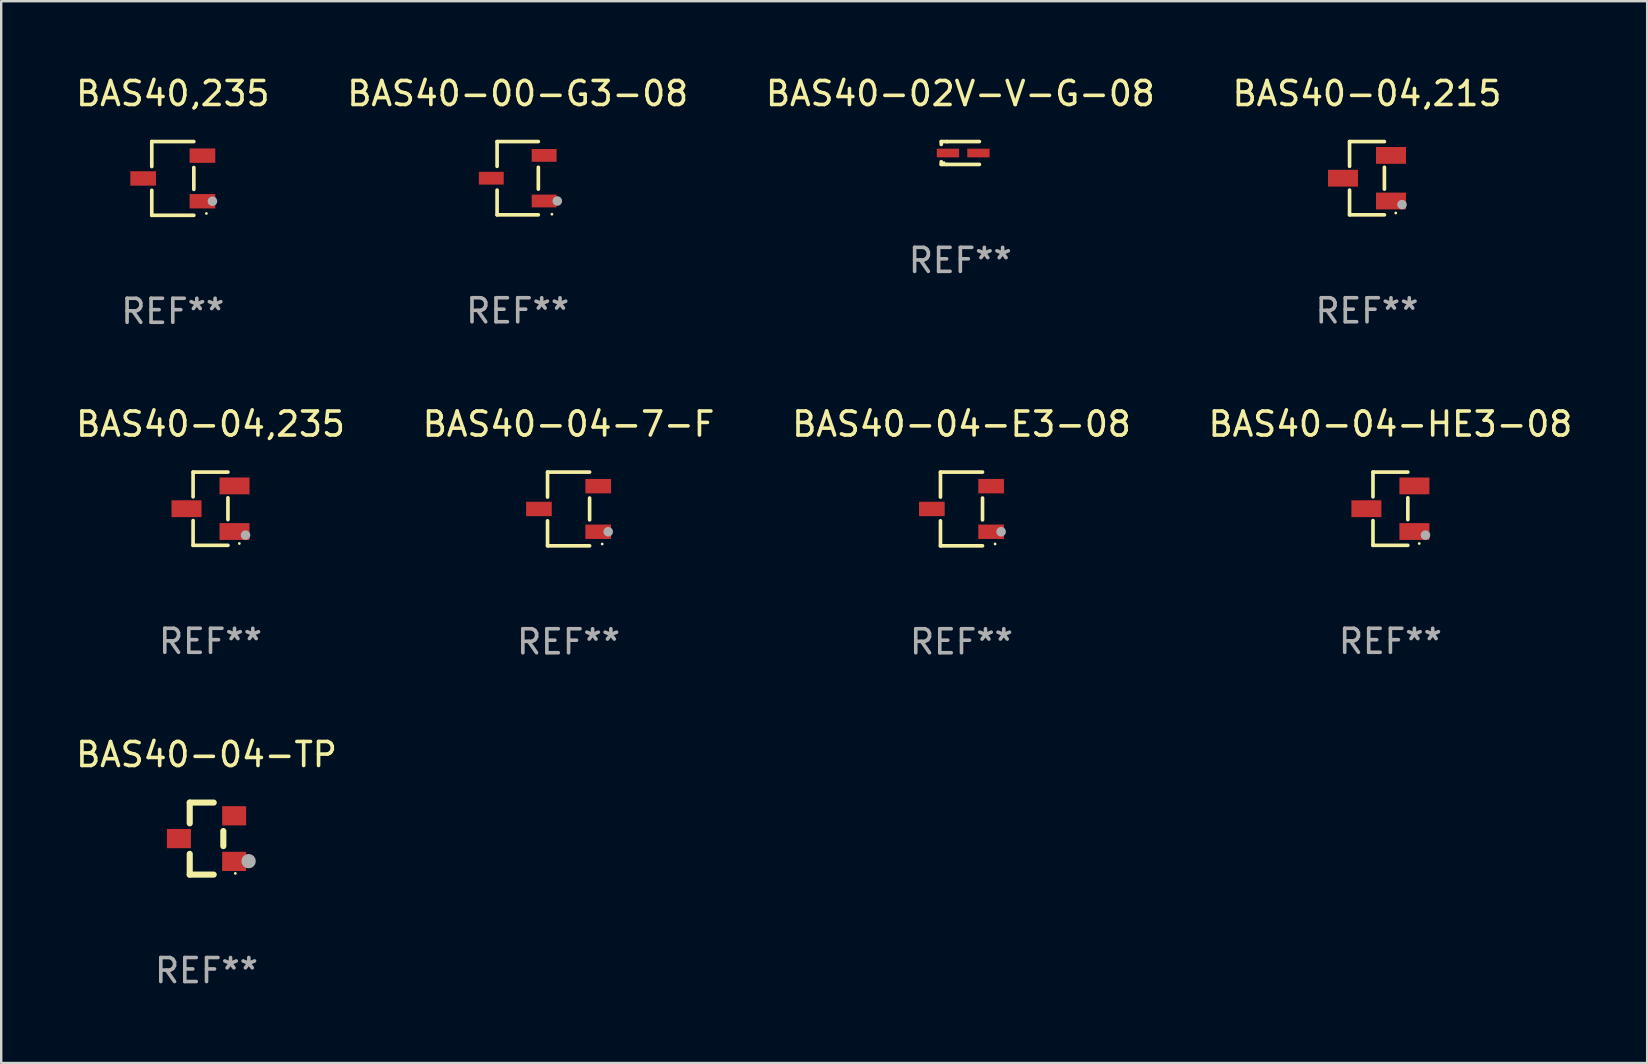
<source format=kicad_pcb>
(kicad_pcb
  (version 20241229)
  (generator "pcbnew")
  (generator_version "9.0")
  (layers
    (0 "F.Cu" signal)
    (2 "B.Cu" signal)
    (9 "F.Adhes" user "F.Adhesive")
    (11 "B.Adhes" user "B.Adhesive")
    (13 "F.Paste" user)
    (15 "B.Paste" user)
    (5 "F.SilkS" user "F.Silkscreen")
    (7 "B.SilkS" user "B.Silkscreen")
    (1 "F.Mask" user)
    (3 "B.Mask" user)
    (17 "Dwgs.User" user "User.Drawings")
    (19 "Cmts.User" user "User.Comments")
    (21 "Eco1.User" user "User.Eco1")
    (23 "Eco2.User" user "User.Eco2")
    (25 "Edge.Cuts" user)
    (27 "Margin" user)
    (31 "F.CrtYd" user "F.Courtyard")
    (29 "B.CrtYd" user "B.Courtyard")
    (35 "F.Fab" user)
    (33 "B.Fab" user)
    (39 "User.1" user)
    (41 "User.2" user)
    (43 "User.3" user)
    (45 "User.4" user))
  (footprint "BAS40,235"
    (layer "F.Cu")
    (at 4.149 4.384)
    (property "Reference" "BAS40,235" (at 0 -3.536 0) (layer "F.SilkS") (effects (font (size 1 1) (thickness 0.15))))
    (attr through_hole)
    (fp_line (start -0.876 -1.536) (end -0.876 -0.495) (stroke (width 0.152) (type solid)) (layer "F.SilkS"))
    (fp_line (start -0.876 1.536) (end -0.876 0.495) (stroke (width 0.152) (type solid)) (layer "F.SilkS"))
    (fp_line (start 0.876 -1.536) (end -0.876 -1.536) (stroke (width 0.152) (type solid)) (layer "F.SilkS"))
    (fp_line (start 0.876 -0.455) (end 0.876 0.455) (stroke (width 0.152) (type solid)) (layer "F.SilkS"))
    (fp_line (start 0.876 1.536) (end -0.876 1.536) (stroke (width 0.152) (type solid)) (layer "F.SilkS"))
    (fp_circle (center 1.4 1.46) (end 1.43 1.46) (stroke (width 0.06) (type solid)) (fill no) (layer "F.SilkS"))
    (fp_circle (center 1.651 0.95) (end 1.751 0.95) (stroke (width 0.2) (type solid)) (fill no) (layer "F.Fab"))
    (fp_text user "REF**" (at 0 5.536 0) (layer "F.Fab") (effects (font (size 1 1) (thickness 0.15))))
    (pad "1" smd rect (at 1.235 0.95) (size 1.07 0.6) (layers "F.Cu" "F.Mask" "F.Paste"))
    (pad "2" smd rect (at 1.235 -0.95) (size 1.07 0.6) (layers "F.Cu" "F.Mask" "F.Paste"))
    (pad "3" smd rect (at -1.235 0) (size 1.07 0.6) (layers "F.Cu" "F.Mask" "F.Paste")))
  (footprint "BAS40-04-E3-08"
    (layer "F.Cu")
    (at 37.006 18.153)
    (property "Reference" "BAS40-04-E3-08" (at 0 -3.536 0) (layer "F.SilkS") (effects (font (size 1 1) (thickness 0.15))))
    (attr through_hole)
    (fp_line (start -0.876 -1.536) (end -0.876 -0.495) (stroke (width 0.152) (type solid)) (layer "F.SilkS"))
    (fp_line (start -0.876 1.536) (end -0.876 0.495) (stroke (width 0.152) (type solid)) (layer "F.SilkS"))
    (fp_line (start 0.876 -1.536) (end -0.876 -1.536) (stroke (width 0.152) (type solid)) (layer "F.SilkS"))
    (fp_line (start 0.876 -0.455) (end 0.876 0.455) (stroke (width 0.152) (type solid)) (layer "F.SilkS"))
    (fp_line (start 0.876 1.536) (end -0.876 1.536) (stroke (width 0.152) (type solid)) (layer "F.SilkS"))
    (fp_circle (center 1.4 1.46) (end 1.43 1.46) (stroke (width 0.06) (type solid)) (fill no) (layer "F.SilkS"))
    (fp_circle (center 1.651 0.95) (end 1.751 0.95) (stroke (width 0.2) (type solid)) (fill no) (layer "F.Fab"))
    (fp_text user "REF**" (at 0 5.536 0) (layer "F.Fab") (effects (font (size 1 1) (thickness 0.15))))
    (pad "1" smd rect (at 1.235 0.95) (size 1.07 0.6) (layers "F.Cu" "F.Mask" "F.Paste"))
    (pad "2" smd rect (at 1.235 -0.95) (size 1.07 0.6) (layers "F.Cu" "F.Mask" "F.Paste"))
    (pad "3" smd rect (at -1.235 0) (size 1.07 0.6) (layers "F.Cu" "F.Mask" "F.Paste")))
  (footprint "BAS40-04,215"
    (layer "F.Cu")
    (at 53.899 4.374)
    (property "Reference" "BAS40-04,215" (at 0 -3.526 0) (layer "F.SilkS") (effects (font (size 1 1) (thickness 0.15))))
    (attr through_hole)
    (fp_line (start -0.726 -1.526) (end -0.726 -0.495) (stroke (width 0.152) (type solid)) (layer "F.SilkS"))
    (fp_line (start -0.726 1.526) (end -0.726 0.495) (stroke (width 0.152) (type solid)) (layer "F.SilkS"))
    (fp_line (start 0.726 -1.526) (end -0.726 -1.526) (stroke (width 0.152) (type solid)) (layer "F.SilkS"))
    (fp_line (start 0.726 -0.455) (end 0.726 0.455) (stroke (width 0.152) (type solid)) (layer "F.SilkS"))
    (fp_line (start 0.726 1.526) (end -0.726 1.526) (stroke (width 0.152) (type solid)) (layer "F.SilkS"))
    (fp_circle (center 1.2 1.45) (end 1.23 1.45) (stroke (width 0.06) (type solid)) (fill no) (layer "F.SilkS"))
    (fp_circle (center 1.46 1.1) (end 1.56 1.1) (stroke (width 0.2) (type solid)) (fill no) (layer "F.Fab"))
    (fp_text user "REF**" (at 0 5.526 0) (layer "F.Fab") (effects (font (size 1 1) (thickness 0.15))))
    (pad "1" smd rect (at 1 0.95) (size 1.25 0.7) (layers "F.Cu" "F.Mask" "F.Paste"))
    (pad "2" smd rect (at 1 -0.95) (size 1.25 0.7) (layers "F.Cu" "F.Mask" "F.Paste"))
    (pad "3" smd rect (at -1 0) (size 1.25 0.7) (layers "F.Cu" "F.Mask" "F.Paste")))
  (footprint "BAS40-04,235"
    (layer "F.Cu")
    (at 5.72 18.143)
    (property "Reference" "BAS40-04,235" (at 0 -3.526 0) (layer "F.SilkS") (effects (font (size 1 1) (thickness 0.15))))
    (attr through_hole)
    (fp_line (start -0.726 -1.526) (end -0.726 -0.495) (stroke (width 0.152) (type solid)) (layer "F.SilkS"))
    (fp_line (start -0.726 1.526) (end -0.726 0.495) (stroke (width 0.152) (type solid)) (layer "F.SilkS"))
    (fp_line (start 0.726 -1.526) (end -0.726 -1.526) (stroke (width 0.152) (type solid)) (layer "F.SilkS"))
    (fp_line (start 0.726 -0.455) (end 0.726 0.455) (stroke (width 0.152) (type solid)) (layer "F.SilkS"))
    (fp_line (start 0.726 1.526) (end -0.726 1.526) (stroke (width 0.152) (type solid)) (layer "F.SilkS"))
    (fp_circle (center 1.2 1.45) (end 1.23 1.45) (stroke (width 0.06) (type solid)) (fill no) (layer "F.SilkS"))
    (fp_circle (center 1.46 1.1) (end 1.56 1.1) (stroke (width 0.2) (type solid)) (fill no) (layer "F.Fab"))
    (fp_text user "REF**" (at 0 5.526 0) (layer "F.Fab") (effects (font (size 1 1) (thickness 0.15))))
    (pad "1" smd rect (at 1 0.95) (size 1.25 0.7) (layers "F.Cu" "F.Mask" "F.Paste"))
    (pad "2" smd rect (at 1 -0.95) (size 1.25 0.7) (layers "F.Cu" "F.Mask" "F.Paste"))
    (pad "3" smd rect (at -1 0) (size 1.25 0.7) (layers "F.Cu" "F.Mask" "F.Paste")))
  (footprint "BAS40-04-TP"
    (layer "F.Cu")
    (at 5.554 31.886)
    (property "Reference" "BAS40-04-TP" (at 0 -3.5 0) (layer "F.SilkS") (effects (font (size 1 1) (thickness 0.15))))
    (attr through_hole)
    (fp_line (start -0.7 -1.5) (end 0.3 -1.5) (stroke (width 0.254) (type solid)) (layer "F.SilkS"))
    (fp_line (start -0.7 -0.636) (end -0.7 -1.5) (stroke (width 0.254) (type solid)) (layer "F.SilkS"))
    (fp_line (start -0.7 1.5) (end -0.7 0.636) (stroke (width 0.254) (type solid)) (layer "F.SilkS"))
    (fp_line (start -0.7 1.5) (end 0.3 1.5) (stroke (width 0.254) (type solid)) (layer "F.SilkS"))
    (fp_line (start 0.7 0.314) (end 0.7 -0.314) (stroke (width 0.254) (type solid)) (layer "F.SilkS"))
    (fp_circle (center 1.2 1.45) (end 1.23 1.45) (stroke (width 0.06) (type solid)) (fill no) (layer "F.SilkS"))
    (fp_circle (center 1.753 0.94) (end 1.903 0.94) (stroke (width 0.3) (type solid)) (fill no) (layer "F.Fab"))
    (fp_text user "REF**" (at 0 5.5 0) (layer "F.Fab") (effects (font (size 1 1) (thickness 0.15))))
    (pad "1" smd rect (at 1.15 0.95 180) (size 1 0.8) (layers "F.Cu" "F.Mask" "F.Paste"))
    (pad "2" smd rect (at 1.15 -0.95 180) (size 1 0.8) (layers "F.Cu" "F.Mask" "F.Paste"))
    (pad "3" smd rect (at -1.15 -0.000051 180) (size 1 0.8) (layers "F.Cu" "F.Mask" "F.Paste")))
  (footprint "BAS40-04-HE3-08"
    (layer "F.Cu")
    (at 54.875 18.143)
    (property "Reference" "BAS40-04-HE3-08" (at 0 -3.526 0) (layer "F.SilkS") (effects (font (size 1 1) (thickness 0.15))))
    (attr through_hole)
    (fp_line (start -0.726 -1.526) (end -0.726 -0.495) (stroke (width 0.152) (type solid)) (layer "F.SilkS"))
    (fp_line (start -0.726 1.526) (end -0.726 0.495) (stroke (width 0.152) (type solid)) (layer "F.SilkS"))
    (fp_line (start 0.726 -1.526) (end -0.726 -1.526) (stroke (width 0.152) (type solid)) (layer "F.SilkS"))
    (fp_line (start 0.726 -0.455) (end 0.726 0.455) (stroke (width 0.152) (type solid)) (layer "F.SilkS"))
    (fp_line (start 0.726 1.526) (end -0.726 1.526) (stroke (width 0.152) (type solid)) (layer "F.SilkS"))
    (fp_circle (center 1.2 1.45) (end 1.23 1.45) (stroke (width 0.06) (type solid)) (fill no) (layer "F.SilkS"))
    (fp_circle (center 1.46 1.1) (end 1.56 1.1) (stroke (width 0.2) (type solid)) (fill no) (layer "F.Fab"))
    (fp_text user "REF**" (at 0 5.526 0) (layer "F.Fab") (effects (font (size 1 1) (thickness 0.15))))
    (pad "1" smd rect (at 1 0.95) (size 1.25 0.7) (layers "F.Cu" "F.Mask" "F.Paste"))
    (pad "2" smd rect (at 1 -0.95) (size 1.25 0.7) (layers "F.Cu" "F.Mask" "F.Paste"))
    (pad "3" smd rect (at -1 0) (size 1.25 0.7) (layers "F.Cu" "F.Mask" "F.Paste")))
  (footprint "BAS40-04-7-F"
    (layer "F.Cu")
    (at 20.637 18.153)
    (property "Reference" "BAS40-04-7-F" (at 0 -3.536 0) (layer "F.SilkS") (effects (font (size 1 1) (thickness 0.15))))
    (attr through_hole)
    (fp_line (start -0.876 -1.536) (end -0.876 -0.495) (stroke (width 0.152) (type solid)) (layer "F.SilkS"))
    (fp_line (start -0.876 1.536) (end -0.876 0.495) (stroke (width 0.152) (type solid)) (layer "F.SilkS"))
    (fp_line (start 0.876 -1.536) (end -0.876 -1.536) (stroke (width 0.152) (type solid)) (layer "F.SilkS"))
    (fp_line (start 0.876 -0.455) (end 0.876 0.455) (stroke (width 0.152) (type solid)) (layer "F.SilkS"))
    (fp_line (start 0.876 1.536) (end -0.876 1.536) (stroke (width 0.152) (type solid)) (layer "F.SilkS"))
    (fp_circle (center 1.4 1.46) (end 1.43 1.46) (stroke (width 0.06) (type solid)) (fill no) (layer "F.SilkS"))
    (fp_circle (center 1.651 0.95) (end 1.751 0.95) (stroke (width 0.2) (type solid)) (fill no) (layer "F.Fab"))
    (fp_text user "REF**" (at 0 5.536 0) (layer "F.Fab") (effects (font (size 1 1) (thickness 0.15))))
    (pad "1" smd rect (at 1.235 0.95) (size 1.07 0.6) (layers "F.Cu" "F.Mask" "F.Paste"))
    (pad "2" smd rect (at 1.235 -0.95) (size 1.07 0.6) (layers "F.Cu" "F.Mask" "F.Paste"))
    (pad "3" smd rect (at -1.235 0) (size 1.07 0.6) (layers "F.Cu" "F.Mask" "F.Paste")))
  (footprint "BAS40-02V-V-G-08"
    (layer "F.Cu")
    (at 36.958 3.324)
    (property "Reference" "BAS40-02V-V-G-08" (at 0 -2.476 0) (layer "F.SilkS") (effects (font (size 1 1) (thickness 0.15))))
    (attr through_hole)
    (fp_line (start -0.795 -0.476) (end -0.795 -0.356) (stroke (width 0.152) (type solid)) (layer "F.SilkS"))
    (fp_line (start -0.795 0.363) (end -0.795 0.476) (stroke (width 0.152) (type solid)) (layer "F.SilkS"))
    (fp_line (start -0.795 0.476) (end -0.557 0.476) (stroke (width 0.152) (type solid)) (layer "F.SilkS"))
    (fp_line (start -0.557 -0.476) (end -0.795 -0.476) (stroke (width 0.152) (type solid)) (layer "F.SilkS"))
    (fp_line (start -0.557 -0.476) (end 0.795 -0.476) (stroke (width 0.152) (type solid)) (layer "F.SilkS"))
    (fp_line (start -0.557 0.476) (end 0.795 0.476) (stroke (width 0.152) (type solid)) (layer "F.SilkS"))
    (fp_circle (center -0.681 0.4) (end -0.651 0.4) (stroke (width 0.06) (type solid)) (fill no) (layer "F.SilkS"))
    (fp_text user "REF**" (at 0 4.476 0) (layer "F.Fab") (effects (font (size 1 1) (thickness 0.15))))
    (pad "1" smd rect (at -0.516 0 180) (size 0.93 0.36) (layers "F.Cu" "F.Mask" "F.Paste"))
    (pad "2" smd rect (at 0.754 0 180) (size 0.93 0.36) (layers "F.Cu" "F.Mask" "F.Paste")))
  (footprint "BAS40-00-G3-08"
    (layer "F.Cu")
    (at 18.518 4.374)
    (property "Reference" "BAS40-00-G3-08" (at 0 -3.526 0) (layer "F.SilkS") (effects (font (size 1 1) (thickness 0.15))))
    (attr through_hole)
    (fp_line (start -0.859 -1.526) (end -0.859 -0.495) (stroke (width 0.152) (type solid)) (layer "F.SilkS"))
    (fp_line (start -0.859 1.526) (end -0.859 0.495) (stroke (width 0.152) (type solid)) (layer "F.SilkS"))
    (fp_line (start 0.859 -1.526) (end -0.859 -1.526) (stroke (width 0.152) (type solid)) (layer "F.SilkS"))
    (fp_line (start 0.859 -0.455) (end 0.859 0.455) (stroke (width 0.152) (type solid)) (layer "F.SilkS"))
    (fp_line (start 0.859 1.526) (end -0.859 1.526) (stroke (width 0.152) (type solid)) (layer "F.SilkS"))
    (fp_circle (center 1.425 1.5) (end 1.455 1.5) (stroke (width 0.06) (type solid)) (fill no) (layer "F.SilkS"))
    (fp_circle (center 1.65 0.95) (end 1.75 0.95) (stroke (width 0.2) (type solid)) (fill no) (layer "F.Fab"))
    (fp_text user "REF**" (at 0 5.526 0) (layer "F.Fab") (effects (font (size 1 1) (thickness 0.15))))
    (pad "1" smd rect (at 1.101 0.95) (size 1.037 0.532) (layers "F.Cu" "F.Mask" "F.Paste"))
    (pad "2" smd rect (at 1.101 -0.95) (size 1.037 0.532) (layers "F.Cu" "F.Mask" "F.Paste"))
    (pad "3" smd rect (at -1.101 0) (size 1.037 0.532) (layers "F.Cu" "F.Mask" "F.Paste")))
  (gr_rect
    (start -3 -3)
    (end 65.571 41.234)
    (stroke (width 0.1) (type default))
    (fill no)
    (layer "Edge.Cuts")))
</source>
